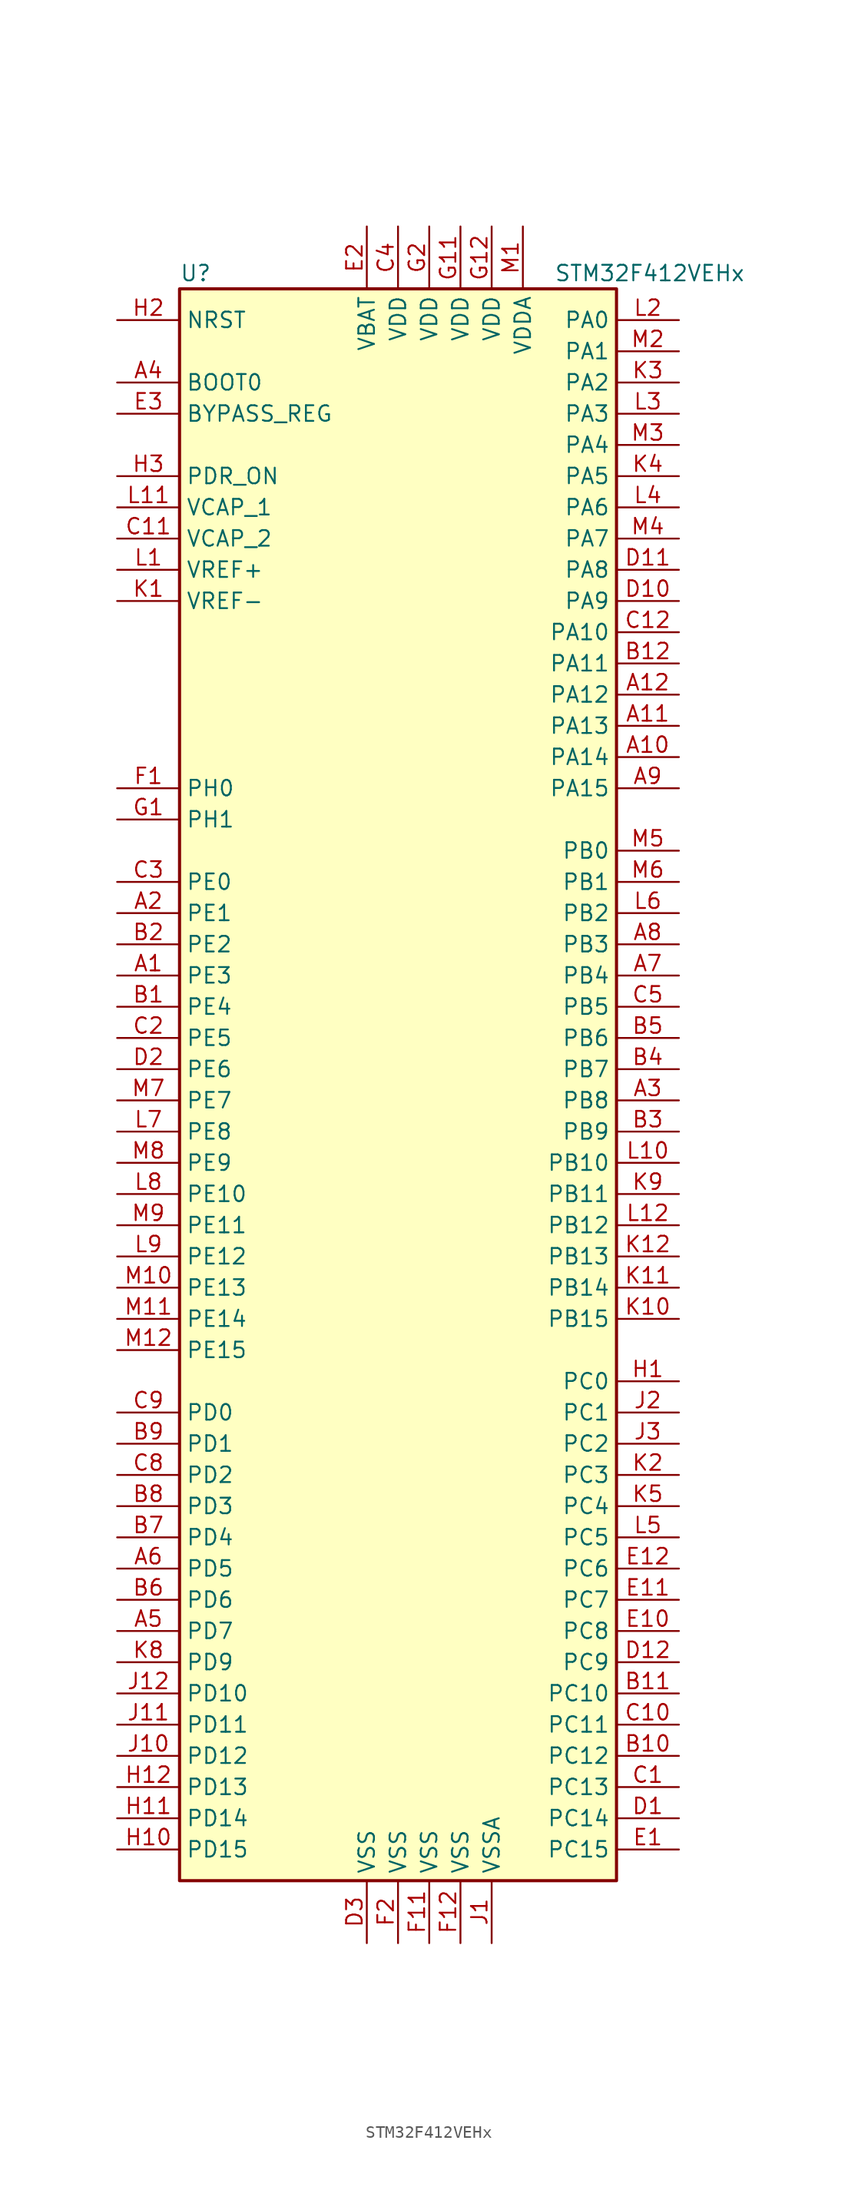
<source format=kicad_sym>
(kicad_symbol_lib
  (version 20201005)
  (generator kicad_symbol_editor)
  (symbol "STM32F412VEHx"
    (property "Reference" "U"
      (at -17.78 64.77 0)
      (effects (font (size 1.27 1.27)) (justify left)))
    (property "Value" "STM32F412VEHx"
      (at 12.7 64.77 0)
      (effects (font (size 1.27 1.27)) (justify left)))
    (symbol "STM32F412VEHx_0_1"
      (rectangle (start -17.78 -66.04) (end 17.78 63.5) (stroke (width 0.254)) (fill (type background))))
    (symbol "STM32F412VEHx_1_1"
      (pin bidirectional line (at -22.86 7.62 0) (length 5.08) (name "PE3" (effects (font (size 1.27 1.27)))) (number "A1" (effects (font (size 1.27 1.27)))))
      (pin bidirectional line (at 22.86 25.4 180) (length 5.08) (name "PA14" (effects (font (size 1.27 1.27)))) (number "A10" (effects (font (size 1.27 1.27)))))
      (pin bidirectional line (at 22.86 27.94 180) (length 5.08) (name "PA13" (effects (font (size 1.27 1.27)))) (number "A11" (effects (font (size 1.27 1.27)))))
      (pin bidirectional line (at 22.86 30.48 180) (length 5.08) (name "PA12" (effects (font (size 1.27 1.27)))) (number "A12" (effects (font (size 1.27 1.27)))))
      (pin bidirectional line (at -22.86 12.7 0) (length 5.08) (name "PE1" (effects (font (size 1.27 1.27)))) (number "A2" (effects (font (size 1.27 1.27)))))
      (pin bidirectional line (at 22.86 -2.54 180) (length 5.08) (name "PB8" (effects (font (size 1.27 1.27)))) (number "A3" (effects (font (size 1.27 1.27)))))
      (pin input line (at -22.86 55.88 0) (length 5.08) (name "BOOT0" (effects (font (size 1.27 1.27)))) (number "A4" (effects (font (size 1.27 1.27)))))
      (pin bidirectional line (at -22.86 -45.72 0) (length 5.08) (name "PD7" (effects (font (size 1.27 1.27)))) (number "A5" (effects (font (size 1.27 1.27)))))
      (pin bidirectional line (at -22.86 -40.64 0) (length 5.08) (name "PD5" (effects (font (size 1.27 1.27)))) (number "A6" (effects (font (size 1.27 1.27)))))
      (pin bidirectional line (at 22.86 7.62 180) (length 5.08) (name "PB4" (effects (font (size 1.27 1.27)))) (number "A7" (effects (font (size 1.27 1.27)))))
      (pin bidirectional line (at 22.86 10.16 180) (length 5.08) (name "PB3" (effects (font (size 1.27 1.27)))) (number "A8" (effects (font (size 1.27 1.27)))))
      (pin bidirectional line (at 22.86 22.86 180) (length 5.08) (name "PA15" (effects (font (size 1.27 1.27)))) (number "A9" (effects (font (size 1.27 1.27)))))
      (pin bidirectional line (at -22.86 5.08 0) (length 5.08) (name "PE4" (effects (font (size 1.27 1.27)))) (number "B1" (effects (font (size 1.27 1.27)))))
      (pin bidirectional line (at 22.86 -55.88 180) (length 5.08) (name "PC12" (effects (font (size 1.27 1.27)))) (number "B10" (effects (font (size 1.27 1.27)))))
      (pin bidirectional line (at 22.86 -50.8 180) (length 5.08) (name "PC10" (effects (font (size 1.27 1.27)))) (number "B11" (effects (font (size 1.27 1.27)))))
      (pin bidirectional line (at 22.86 33.02 180) (length 5.08) (name "PA11" (effects (font (size 1.27 1.27)))) (number "B12" (effects (font (size 1.27 1.27)))))
      (pin bidirectional line (at -22.86 10.16 0) (length 5.08) (name "PE2" (effects (font (size 1.27 1.27)))) (number "B2" (effects (font (size 1.27 1.27)))))
      (pin bidirectional line (at 22.86 -5.08 180) (length 5.08) (name "PB9" (effects (font (size 1.27 1.27)))) (number "B3" (effects (font (size 1.27 1.27)))))
      (pin bidirectional line (at 22.86 0 180) (length 5.08) (name "PB7" (effects (font (size 1.27 1.27)))) (number "B4" (effects (font (size 1.27 1.27)))))
      (pin bidirectional line (at 22.86 2.54 180) (length 5.08) (name "PB6" (effects (font (size 1.27 1.27)))) (number "B5" (effects (font (size 1.27 1.27)))))
      (pin bidirectional line (at -22.86 -43.18 0) (length 5.08) (name "PD6" (effects (font (size 1.27 1.27)))) (number "B6" (effects (font (size 1.27 1.27)))))
      (pin bidirectional line (at -22.86 -38.1 0) (length 5.08) (name "PD4" (effects (font (size 1.27 1.27)))) (number "B7" (effects (font (size 1.27 1.27)))))
      (pin bidirectional line (at -22.86 -35.56 0) (length 5.08) (name "PD3" (effects (font (size 1.27 1.27)))) (number "B8" (effects (font (size 1.27 1.27)))))
      (pin bidirectional line (at -22.86 -30.48 0) (length 5.08) (name "PD1" (effects (font (size 1.27 1.27)))) (number "B9" (effects (font (size 1.27 1.27)))))
      (pin bidirectional line (at 22.86 -58.42 180) (length 5.08) (name "PC13" (effects (font (size 1.27 1.27)))) (number "C1" (effects (font (size 1.27 1.27)))))
      (pin bidirectional line (at 22.86 -53.34 180) (length 5.08) (name "PC11" (effects (font (size 1.27 1.27)))) (number "C10" (effects (font (size 1.27 1.27)))))
      (pin power_in line (at -22.86 43.18 0) (length 5.08) (name "VCAP_2" (effects (font (size 1.27 1.27)))) (number "C11" (effects (font (size 1.27 1.27)))))
      (pin bidirectional line (at 22.86 35.56 180) (length 5.08) (name "PA10" (effects (font (size 1.27 1.27)))) (number "C12" (effects (font (size 1.27 1.27)))))
      (pin bidirectional line (at -22.86 2.54 0) (length 5.08) (name "PE5" (effects (font (size 1.27 1.27)))) (number "C2" (effects (font (size 1.27 1.27)))))
      (pin bidirectional line (at -22.86 15.24 0) (length 5.08) (name "PE0" (effects (font (size 1.27 1.27)))) (number "C3" (effects (font (size 1.27 1.27)))))
      (pin power_in line (at 0 68.58 270) (length 5.08) (name "VDD" (effects (font (size 1.27 1.27)))) (number "C4" (effects (font (size 1.27 1.27)))))
      (pin bidirectional line (at 22.86 5.08 180) (length 5.08) (name "PB5" (effects (font (size 1.27 1.27)))) (number "C5" (effects (font (size 1.27 1.27)))))
      (pin bidirectional line (at -22.86 -33.02 0) (length 5.08) (name "PD2" (effects (font (size 1.27 1.27)))) (number "C8" (effects (font (size 1.27 1.27)))))
      (pin bidirectional line (at -22.86 -27.94 0) (length 5.08) (name "PD0" (effects (font (size 1.27 1.27)))) (number "C9" (effects (font (size 1.27 1.27)))))
      (pin bidirectional line (at 22.86 -60.96 180) (length 5.08) (name "PC14" (effects (font (size 1.27 1.27)))) (number "D1" (effects (font (size 1.27 1.27)))))
      (pin bidirectional line (at 22.86 38.1 180) (length 5.08) (name "PA9" (effects (font (size 1.27 1.27)))) (number "D10" (effects (font (size 1.27 1.27)))))
      (pin bidirectional line (at 22.86 40.64 180) (length 5.08) (name "PA8" (effects (font (size 1.27 1.27)))) (number "D11" (effects (font (size 1.27 1.27)))))
      (pin bidirectional line (at 22.86 -48.26 180) (length 5.08) (name "PC9" (effects (font (size 1.27 1.27)))) (number "D12" (effects (font (size 1.27 1.27)))))
      (pin bidirectional line (at -22.86 0 0) (length 5.08) (name "PE6" (effects (font (size 1.27 1.27)))) (number "D2" (effects (font (size 1.27 1.27)))))
      (pin power_in line (at -2.54 -71.12 90) (length 5.08) (name "VSS" (effects (font (size 1.27 1.27)))) (number "D3" (effects (font (size 1.27 1.27)))))
      (pin bidirectional line (at 22.86 -63.5 180) (length 5.08) (name "PC15" (effects (font (size 1.27 1.27)))) (number "E1" (effects (font (size 1.27 1.27)))))
      (pin bidirectional line (at 22.86 -45.72 180) (length 5.08) (name "PC8" (effects (font (size 1.27 1.27)))) (number "E10" (effects (font (size 1.27 1.27)))))
      (pin bidirectional line (at 22.86 -43.18 180) (length 5.08) (name "PC7" (effects (font (size 1.27 1.27)))) (number "E11" (effects (font (size 1.27 1.27)))))
      (pin bidirectional line (at 22.86 -40.64 180) (length 5.08) (name "PC6" (effects (font (size 1.27 1.27)))) (number "E12" (effects (font (size 1.27 1.27)))))
      (pin power_in line (at -2.54 68.58 270) (length 5.08) (name "VBAT" (effects (font (size 1.27 1.27)))) (number "E2" (effects (font (size 1.27 1.27)))))
      (pin input line (at -22.86 53.34 0) (length 5.08) (name "BYPASS_REG" (effects (font (size 1.27 1.27)))) (number "E3" (effects (font (size 1.27 1.27)))))
      (pin input line (at -22.86 22.86 0) (length 5.08) (name "PH0" (effects (font (size 1.27 1.27)))) (number "F1" (effects (font (size 1.27 1.27)))))
      (pin power_in line (at 2.54 -71.12 90) (length 5.08) (name "VSS" (effects (font (size 1.27 1.27)))) (number "F11" (effects (font (size 1.27 1.27)))))
      (pin power_in line (at 5.08 -71.12 90) (length 5.08) (name "VSS" (effects (font (size 1.27 1.27)))) (number "F12" (effects (font (size 1.27 1.27)))))
      (pin power_in line (at 0 -71.12 90) (length 5.08) (name "VSS" (effects (font (size 1.27 1.27)))) (number "F2" (effects (font (size 1.27 1.27)))))
      (pin input line (at -22.86 20.32 0) (length 5.08) (name "PH1" (effects (font (size 1.27 1.27)))) (number "G1" (effects (font (size 1.27 1.27)))))
      (pin power_in line (at 5.08 68.58 270) (length 5.08) (name "VDD" (effects (font (size 1.27 1.27)))) (number "G11" (effects (font (size 1.27 1.27)))))
      (pin power_in line (at 7.62 68.58 270) (length 5.08) (name "VDD" (effects (font (size 1.27 1.27)))) (number "G12" (effects (font (size 1.27 1.27)))))
      (pin power_in line (at 2.54 68.58 270) (length 5.08) (name "VDD" (effects (font (size 1.27 1.27)))) (number "G2" (effects (font (size 1.27 1.27)))))
      (pin bidirectional line (at 22.86 -25.4 180) (length 5.08) (name "PC0" (effects (font (size 1.27 1.27)))) (number "H1" (effects (font (size 1.27 1.27)))))
      (pin bidirectional line (at -22.86 -63.5 0) (length 5.08) (name "PD15" (effects (font (size 1.27 1.27)))) (number "H10" (effects (font (size 1.27 1.27)))))
      (pin bidirectional line (at -22.86 -60.96 0) (length 5.08) (name "PD14" (effects (font (size 1.27 1.27)))) (number "H11" (effects (font (size 1.27 1.27)))))
      (pin bidirectional line (at -22.86 -58.42 0) (length 5.08) (name "PD13" (effects (font (size 1.27 1.27)))) (number "H12" (effects (font (size 1.27 1.27)))))
      (pin input line (at -22.86 60.96 0) (length 5.08) (name "NRST" (effects (font (size 1.27 1.27)))) (number "H2" (effects (font (size 1.27 1.27)))))
      (pin power_in line (at -22.86 48.26 0) (length 5.08) (name "PDR_ON" (effects (font (size 1.27 1.27)))) (number "H3" (effects (font (size 1.27 1.27)))))
      (pin power_in line (at 7.62 -71.12 90) (length 5.08) (name "VSSA" (effects (font (size 1.27 1.27)))) (number "J1" (effects (font (size 1.27 1.27)))))
      (pin bidirectional line (at -22.86 -55.88 0) (length 5.08) (name "PD12" (effects (font (size 1.27 1.27)))) (number "J10" (effects (font (size 1.27 1.27)))))
      (pin bidirectional line (at -22.86 -53.34 0) (length 5.08) (name "PD11" (effects (font (size 1.27 1.27)))) (number "J11" (effects (font (size 1.27 1.27)))))
      (pin bidirectional line (at -22.86 -50.8 0) (length 5.08) (name "PD10" (effects (font (size 1.27 1.27)))) (number "J12" (effects (font (size 1.27 1.27)))))
      (pin bidirectional line (at 22.86 -27.94 180) (length 5.08) (name "PC1" (effects (font (size 1.27 1.27)))) (number "J2" (effects (font (size 1.27 1.27)))))
      (pin bidirectional line (at 22.86 -30.48 180) (length 5.08) (name "PC2" (effects (font (size 1.27 1.27)))) (number "J3" (effects (font (size 1.27 1.27)))))
      (pin power_in line (at -22.86 38.1 0) (length 5.08) (name "VREF-" (effects (font (size 1.27 1.27)))) (number "K1" (effects (font (size 1.27 1.27)))))
      (pin bidirectional line (at 22.86 -20.32 180) (length 5.08) (name "PB15" (effects (font (size 1.27 1.27)))) (number "K10" (effects (font (size 1.27 1.27)))))
      (pin bidirectional line (at 22.86 -17.78 180) (length 5.08) (name "PB14" (effects (font (size 1.27 1.27)))) (number "K11" (effects (font (size 1.27 1.27)))))
      (pin bidirectional line (at 22.86 -15.24 180) (length 5.08) (name "PB13" (effects (font (size 1.27 1.27)))) (number "K12" (effects (font (size 1.27 1.27)))))
      (pin bidirectional line (at 22.86 -33.02 180) (length 5.08) (name "PC3" (effects (font (size 1.27 1.27)))) (number "K2" (effects (font (size 1.27 1.27)))))
      (pin bidirectional line (at 22.86 55.88 180) (length 5.08) (name "PA2" (effects (font (size 1.27 1.27)))) (number "K3" (effects (font (size 1.27 1.27)))))
      (pin bidirectional line (at 22.86 48.26 180) (length 5.08) (name "PA5" (effects (font (size 1.27 1.27)))) (number "K4" (effects (font (size 1.27 1.27)))))
      (pin bidirectional line (at 22.86 -35.56 180) (length 5.08) (name "PC4" (effects (font (size 1.27 1.27)))) (number "K5" (effects (font (size 1.27 1.27)))))
      (pin bidirectional line (at -22.86 -48.26 0) (length 5.08) (name "PD9" (effects (font (size 1.27 1.27)))) (number "K8" (effects (font (size 1.27 1.27)))))
      (pin bidirectional line (at 22.86 -10.16 180) (length 5.08) (name "PB11" (effects (font (size 1.27 1.27)))) (number "K9" (effects (font (size 1.27 1.27)))))
      (pin power_in line (at -22.86 40.64 0) (length 5.08) (name "VREF+" (effects (font (size 1.27 1.27)))) (number "L1" (effects (font (size 1.27 1.27)))))
      (pin bidirectional line (at 22.86 -7.62 180) (length 5.08) (name "PB10" (effects (font (size 1.27 1.27)))) (number "L10" (effects (font (size 1.27 1.27)))))
      (pin power_in line (at -22.86 45.72 0) (length 5.08) (name "VCAP_1" (effects (font (size 1.27 1.27)))) (number "L11" (effects (font (size 1.27 1.27)))))
      (pin bidirectional line (at 22.86 -12.7 180) (length 5.08) (name "PB12" (effects (font (size 1.27 1.27)))) (number "L12" (effects (font (size 1.27 1.27)))))
      (pin bidirectional line (at 22.86 60.96 180) (length 5.08) (name "PA0" (effects (font (size 1.27 1.27)))) (number "L2" (effects (font (size 1.27 1.27)))))
      (pin bidirectional line (at 22.86 53.34 180) (length 5.08) (name "PA3" (effects (font (size 1.27 1.27)))) (number "L3" (effects (font (size 1.27 1.27)))))
      (pin bidirectional line (at 22.86 45.72 180) (length 5.08) (name "PA6" (effects (font (size 1.27 1.27)))) (number "L4" (effects (font (size 1.27 1.27)))))
      (pin bidirectional line (at 22.86 -38.1 180) (length 5.08) (name "PC5" (effects (font (size 1.27 1.27)))) (number "L5" (effects (font (size 1.27 1.27)))))
      (pin bidirectional line (at 22.86 12.7 180) (length 5.08) (name "PB2" (effects (font (size 1.27 1.27)))) (number "L6" (effects (font (size 1.27 1.27)))))
      (pin bidirectional line (at -22.86 -5.08 0) (length 5.08) (name "PE8" (effects (font (size 1.27 1.27)))) (number "L7" (effects (font (size 1.27 1.27)))))
      (pin bidirectional line (at -22.86 -10.16 0) (length 5.08) (name "PE10" (effects (font (size 1.27 1.27)))) (number "L8" (effects (font (size 1.27 1.27)))))
      (pin bidirectional line (at -22.86 -15.24 0) (length 5.08) (name "PE12" (effects (font (size 1.27 1.27)))) (number "L9" (effects (font (size 1.27 1.27)))))
      (pin power_in line (at 10.16 68.58 270) (length 5.08) (name "VDDA" (effects (font (size 1.27 1.27)))) (number "M1" (effects (font (size 1.27 1.27)))))
      (pin bidirectional line (at -22.86 -17.78 0) (length 5.08) (name "PE13" (effects (font (size 1.27 1.27)))) (number "M10" (effects (font (size 1.27 1.27)))))
      (pin bidirectional line (at -22.86 -20.32 0) (length 5.08) (name "PE14" (effects (font (size 1.27 1.27)))) (number "M11" (effects (font (size 1.27 1.27)))))
      (pin bidirectional line (at -22.86 -22.86 0) (length 5.08) (name "PE15" (effects (font (size 1.27 1.27)))) (number "M12" (effects (font (size 1.27 1.27)))))
      (pin bidirectional line (at 22.86 58.42 180) (length 5.08) (name "PA1" (effects (font (size 1.27 1.27)))) (number "M2" (effects (font (size 1.27 1.27)))))
      (pin bidirectional line (at 22.86 50.8 180) (length 5.08) (name "PA4" (effects (font (size 1.27 1.27)))) (number "M3" (effects (font (size 1.27 1.27)))))
      (pin bidirectional line (at 22.86 43.18 180) (length 5.08) (name "PA7" (effects (font (size 1.27 1.27)))) (number "M4" (effects (font (size 1.27 1.27)))))
      (pin bidirectional line (at 22.86 17.78 180) (length 5.08) (name "PB0" (effects (font (size 1.27 1.27)))) (number "M5" (effects (font (size 1.27 1.27)))))
      (pin bidirectional line (at 22.86 15.24 180) (length 5.08) (name "PB1" (effects (font (size 1.27 1.27)))) (number "M6" (effects (font (size 1.27 1.27)))))
      (pin bidirectional line (at -22.86 -2.54 0) (length 5.08) (name "PE7" (effects (font (size 1.27 1.27)))) (number "M7" (effects (font (size 1.27 1.27)))))
      (pin bidirectional line (at -22.86 -7.62 0) (length 5.08) (name "PE9" (effects (font (size 1.27 1.27)))) (number "M8" (effects (font (size 1.27 1.27)))))
      (pin bidirectional line (at -22.86 -12.7 0) (length 5.08) (name "PE11" (effects (font (size 1.27 1.27)))) (number "M9" (effects (font (size 1.27 1.27))))))))
</source>
